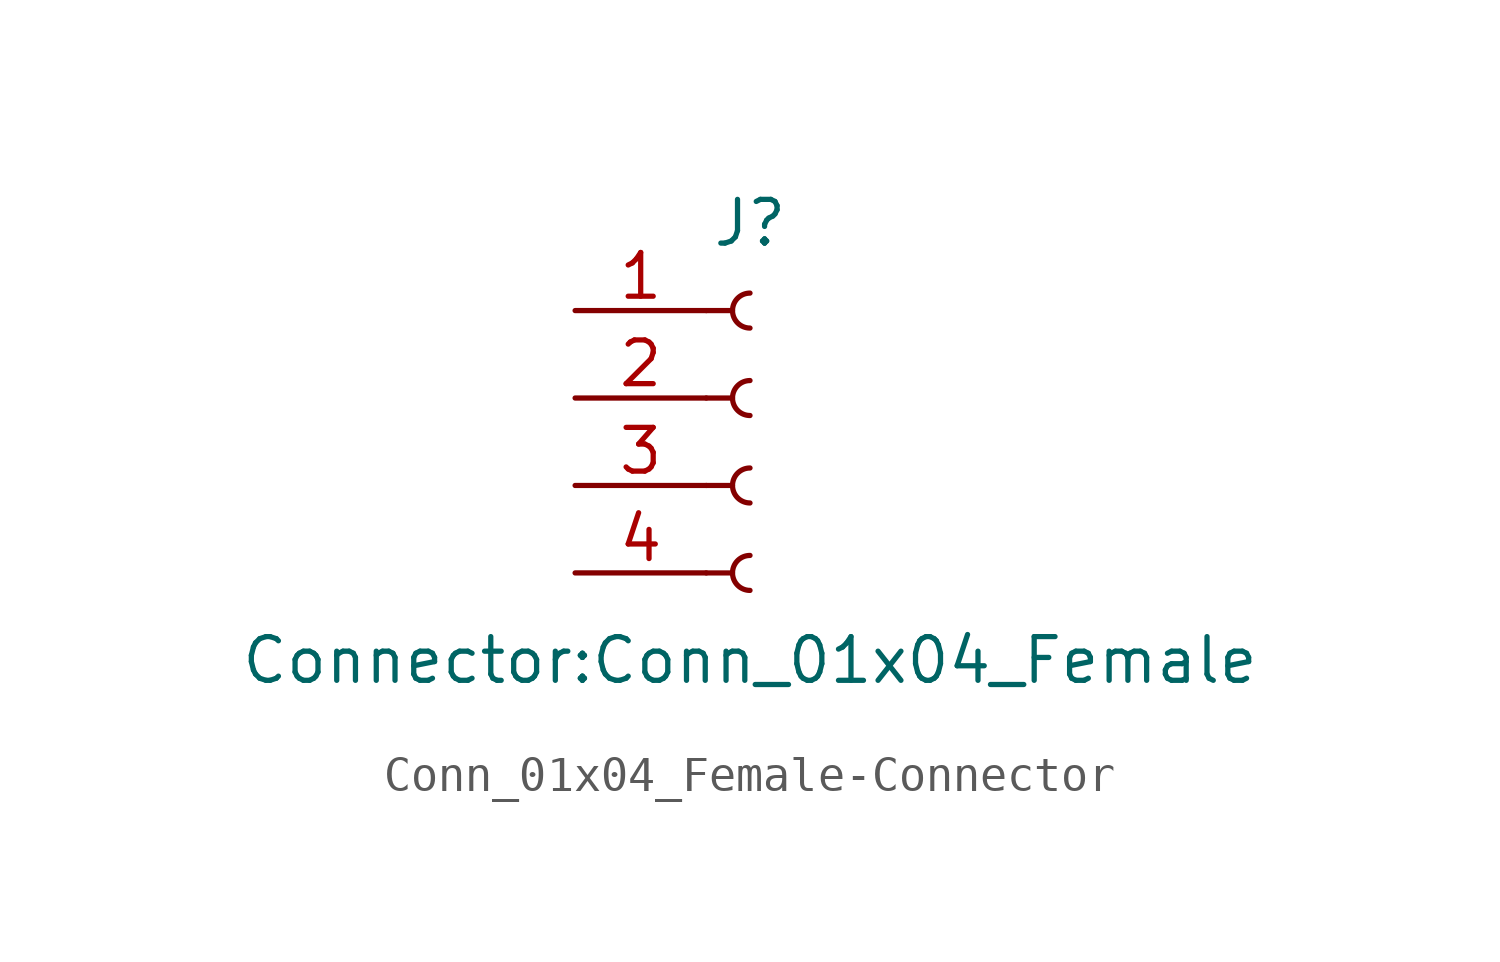
<source format=kicad_sym>
(kicad_symbol_lib
  (version 20231120)
  (generator "kicad_symbol_editor")
  (generator_version "8.0")
  (symbol "Conn_01x04_Female-Connector"
    (pin_names
      (offset 1.016) hide)
    (property "Reference" "J"
      (at 0 5.08 0)
      (effects (font (size 1.27 1.27))))
    (property "Value" "Connector:Conn_01x04_Female"
      (at 0 -7.62 0)
      (effects (font (size 1.27 1.27))))
    (symbol "Conn_01x04_Female-Connector_1_1"
      (arc (start 0 -4.572) (mid -0.508 -5.08) (end 0 -5.588) (stroke (width 0.1524) (type solid)) (fill (type none)))
      (arc (start 0 -2.032) (mid -0.508 -2.54) (end 0 -3.048) (stroke (width 0.1524) (type solid)) (fill (type none)))
      (polyline (pts (xy -1.27 -5.08) (xy -0.508 -5.08)) (stroke (width 0.152) (type solid)) (fill (type none)))
      (polyline (pts (xy -1.27 -2.54) (xy -0.508 -2.54)) (stroke (width 0.152) (type solid)) (fill (type none)))
      (polyline (pts (xy -1.27 0) (xy -0.508 0)) (stroke (width 0.152) (type solid)) (fill (type none)))
      (polyline (pts (xy -1.27 2.54) (xy -0.508 2.54)) (stroke (width 0.152) (type solid)) (fill (type none)))
      (arc (start 0 0.508) (mid -0.508 0) (end 0 -0.508) (stroke (width 0.1524) (type solid)) (fill (type none)))
      (arc (start 0 3.048) (mid -0.508 2.54) (end 0 2.032) (stroke (width 0.1524) (type solid)) (fill (type none)))
      (pin passive line (at -5.08 2.54 0) (length 3.81) (name "Pin_1" (effects (font (size 1.27 1.27)))) (number "1" (effects (font (size 1.27 1.27)))))
      (pin passive line (at -5.08 0 0) (length 3.81) (name "Pin_2" (effects (font (size 1.27 1.27)))) (number "2" (effects (font (size 1.27 1.27)))))
      (pin passive line (at -5.08 -2.54 0) (length 3.81) (name "Pin_3" (effects (font (size 1.27 1.27)))) (number "3" (effects (font (size 1.27 1.27)))))
      (pin passive line (at -5.08 -5.08 0) (length 3.81) (name "Pin_4" (effects (font (size 1.27 1.27)))) (number "4" (effects (font (size 1.27 1.27))))))))
</source>
